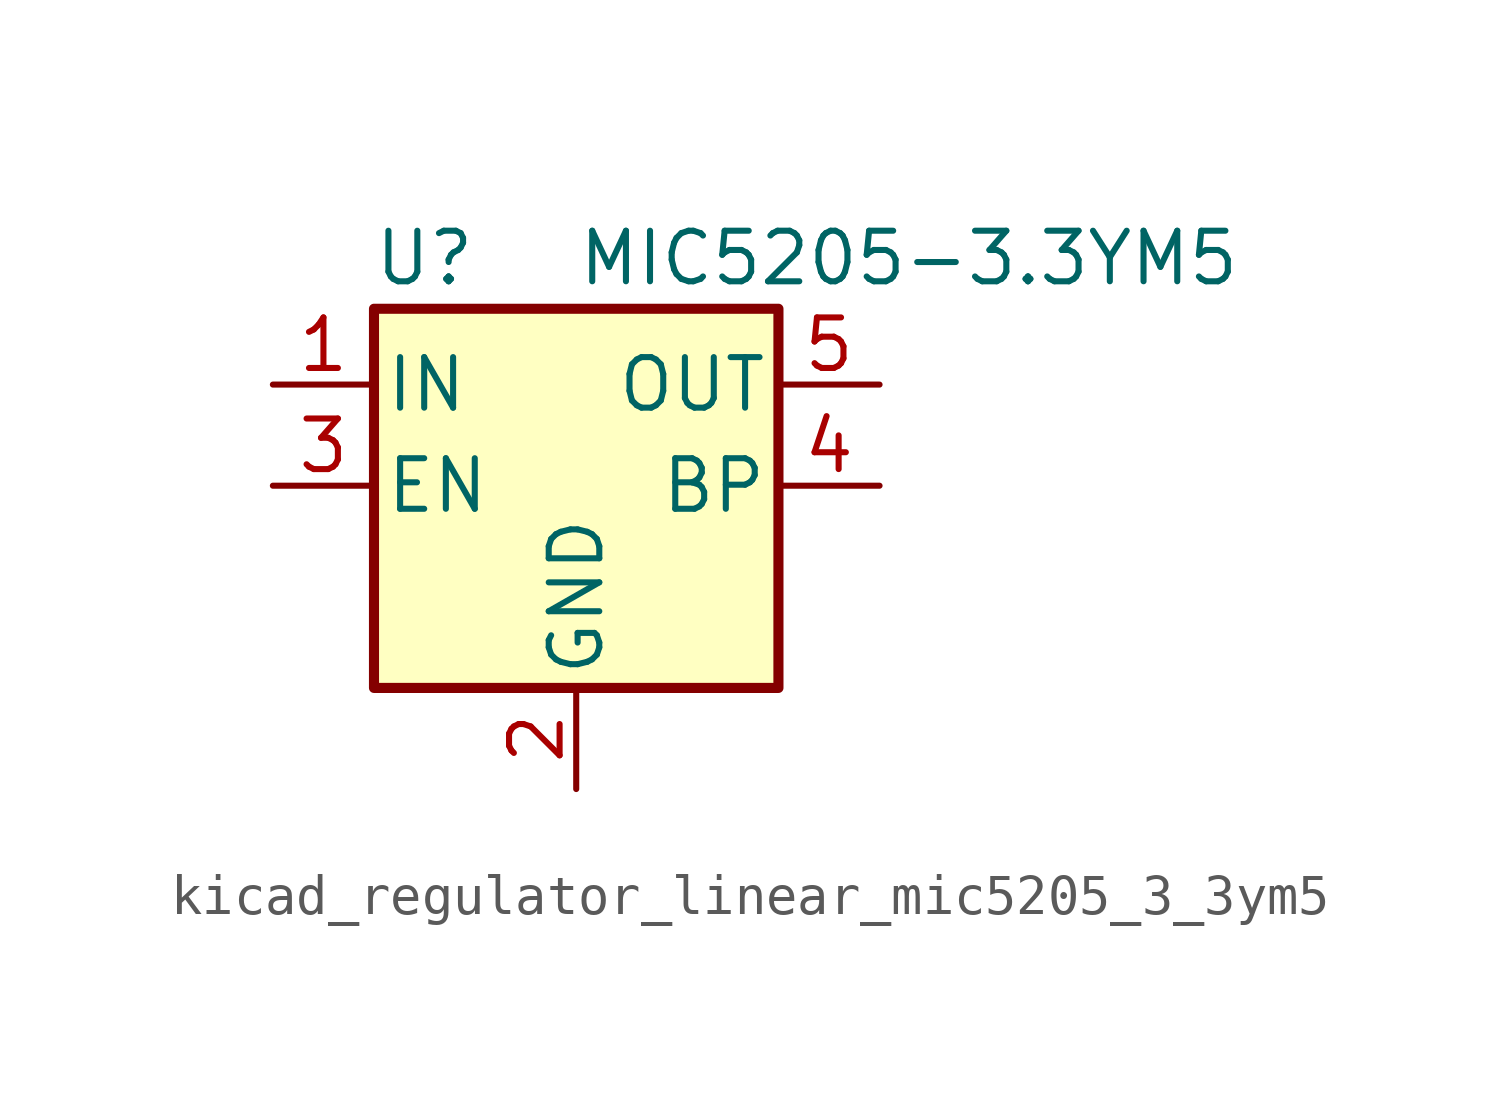
<source format=kicad_sym>
(kicad_symbol_lib
  (version 20220914)
  (generator kicad_symbol_editor)
  (symbol "kicad_regulator_linear_mic5205_3_3ym5"
    (pin_names
      (offset 0.254))
    (property "Reference" "U"
      (at -3.81 5.715 0)
      (effects (font (size 1.27 1.27))))
    (property "Value" "MIC5205-3.3YM5"
      (at 0 5.715 0)
      (effects (font (size 1.27 1.27)) (justify left)))
    (symbol "kicad_regulator_linear_mic5205_3_3ym5_0_1"
      (rectangle (start -5.08 4.445) (end 5.08 -5.08) (stroke (width 0.254) (type default)) (fill (type background))))
    (symbol "kicad_regulator_linear_mic5205_3_3ym5_1_1"
      (pin power_in line (at -7.62 2.54 0) (length 2.54) (name "IN" (effects (font (size 1.27 1.27)))) (number "1" (effects (font (size 1.27 1.27)))))
      (pin power_in line (at 0 -7.62 90) (length 2.54) (name "GND" (effects (font (size 1.27 1.27)))) (number "2" (effects (font (size 1.27 1.27)))))
      (pin input line (at -7.62 0 0) (length 2.54) (name "EN" (effects (font (size 1.27 1.27)))) (number "3" (effects (font (size 1.27 1.27)))))
      (pin input line (at 7.62 0 180) (length 2.54) (name "BP" (effects (font (size 1.27 1.27)))) (number "4" (effects (font (size 1.27 1.27)))))
      (pin power_out line (at 7.62 2.54 180) (length 2.54) (name "OUT" (effects (font (size 1.27 1.27)))) (number "5" (effects (font (size 1.27 1.27))))))))
</source>
